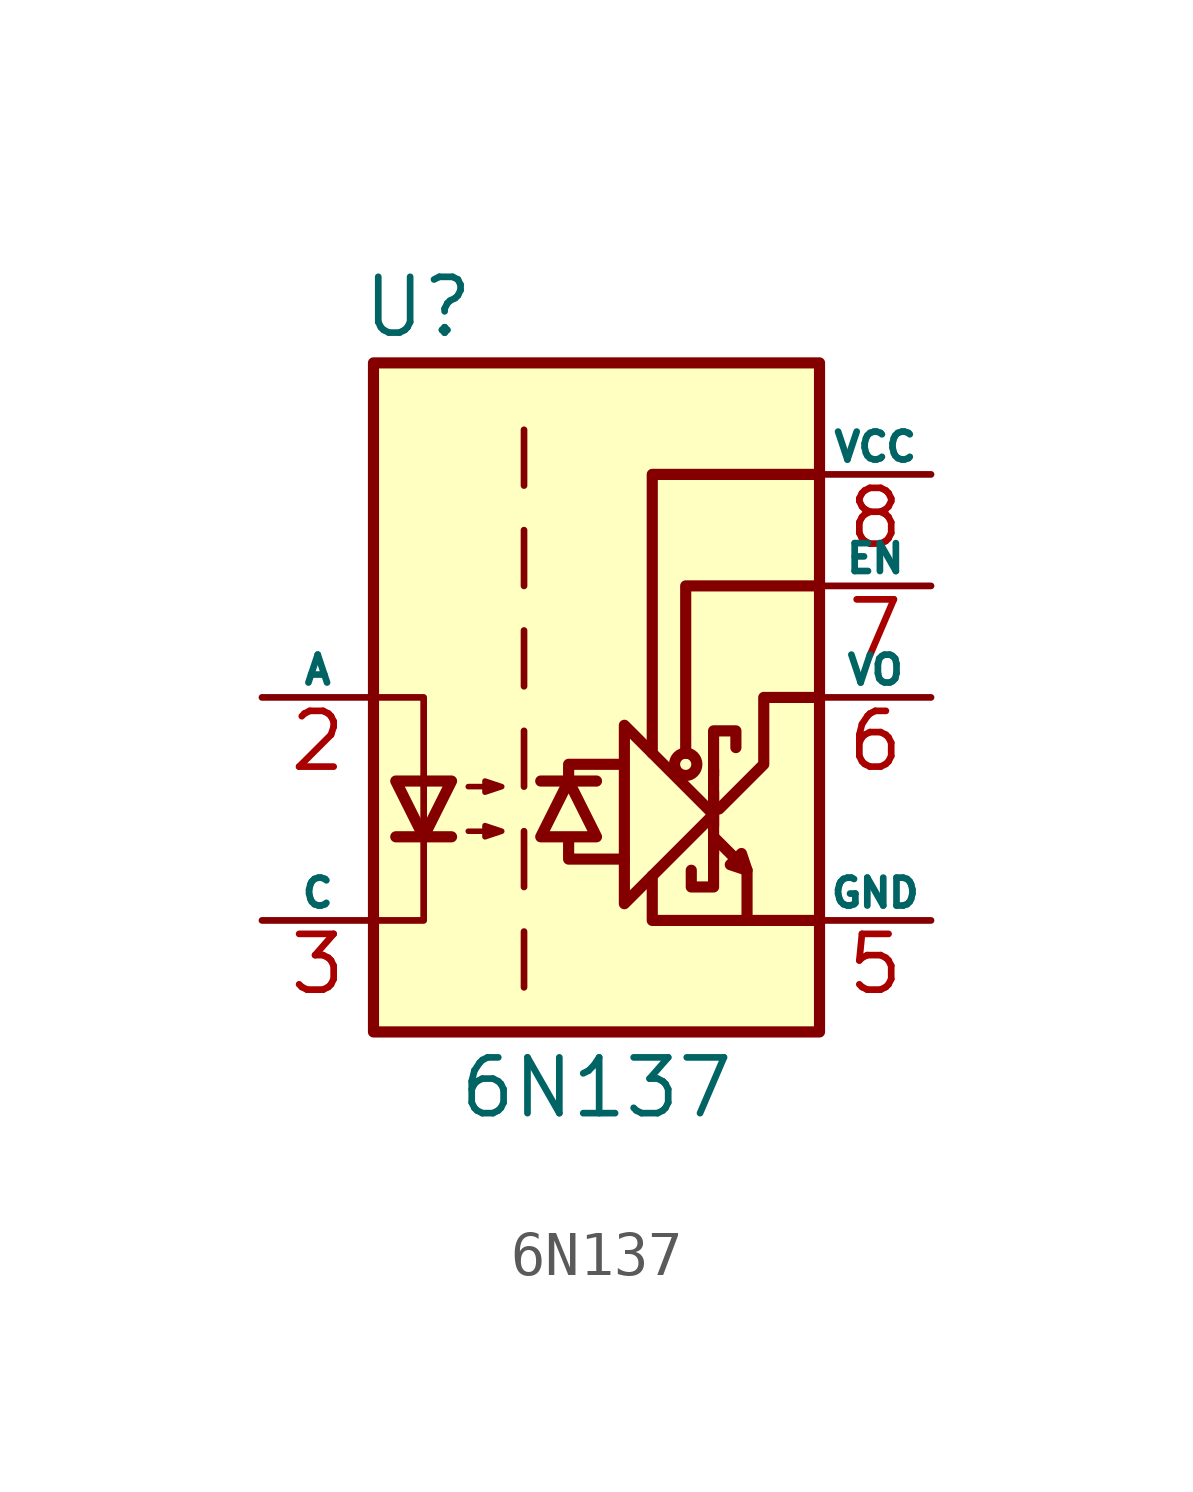
<source format=kicad_sym>
(kicad_symbol_lib
  (version 20211014)
  (generator kicad_symbol_editor)
  (symbol "6N137"
    (pin_names
      (offset 0))
    (property "Reference" "U"
      (at -4.064 8.89 0)
      (effects (font (size 1.27 1.27))))
    (property "Value" "6N137"
      (at 0 -8.89 0)
      (effects (font (size 1.27 1.27))))
    (symbol "6N137_0_1"
      (polyline (pts (xy 2.667 -3.556) (xy 2.667 -1.651)) (stroke (width 0.254) (type default) (color 0 0 0 0)) (fill (type none)))
      (polyline (pts (xy 2.667 -2.159) (xy 2.667 -2.921)) (stroke (width 0.254) (type default) (color 0 0 0 0)) (fill (type none)))
      (polyline (pts (xy 3.429 -3.937) (xy 3.429 -5.08)) (stroke (width 0.254) (type default) (color 0 0 0 0)) (fill (type none)))
      (polyline (pts (xy -0.635 -3.302) (xy -0.635 -3.683) (xy 0.635 -3.683)) (stroke (width 0.254) (type default) (color 0 0 0 0)) (fill (type none)))
      (polyline (pts (xy -0.635 -1.905) (xy -0.635 -1.524) (xy 0.508 -1.524)) (stroke (width 0.254) (type default) (color 0 0 0 0)) (fill (type none)))
      (polyline (pts (xy 1.27 -4.064) (xy 1.27 -5.08) (xy 5.08 -5.08)) (stroke (width 0.254) (type default) (color 0 0 0 0)) (fill (type none)))
      (polyline (pts (xy 1.27 -1.27) (xy 1.27 5.08) (xy 5.08 5.08)) (stroke (width 0.254) (type default) (color 0 0 0 0)) (fill (type none)))
      (polyline (pts (xy 2.032 -1.27) (xy 2.032 2.54) (xy 5.08 2.54)) (stroke (width 0.254) (type default) (color 0 0 0 0)) (fill (type none)))
      (polyline (pts (xy -5.08 -5.08) (xy -3.937 -5.08) (xy -3.937 0) (xy -5.08 0)) (stroke (width 0) (type default) (color 0 0 0 0)) (fill (type none)))
      (polyline (pts (xy 2.667 -3.302) (xy 2.667 -4.318) (xy 2.159 -4.318) (xy 2.159 -3.937)) (stroke (width 0.254) (type default) (color 0 0 0 0)) (fill (type none)))
      (polyline (pts (xy 2.667 -2.667) (xy 0.635 -4.699) (xy 0.635 -0.635) (xy 2.667 -2.667)) (stroke (width 0.254) (type default) (color 0 0 0 0)) (fill (type none)))
      (polyline (pts (xy 2.667 -1.778) (xy 2.667 -0.762) (xy 3.175 -0.762) (xy 3.175 -1.143)) (stroke (width 0.254) (type default) (color 0 0 0 0)) (fill (type none)))
      (polyline (pts (xy 2.794 -2.54) (xy 3.81 -1.524) (xy 3.81 0) (xy 5.08 0)) (stroke (width 0.254) (type default) (color 0 0 0 0)) (fill (type none)))
      (polyline (pts (xy 2.667 -3.175) (xy 3.429 -3.937) (xy 3.302 -3.556) (xy 3.048 -3.81) (xy 3.429 -3.937)) (stroke (width 0.254) (type default) (color 0 0 0 0)) (fill (type none)))
      (circle (center 2.032 -1.524) (radius 0.254) (stroke (width 0.254) (type default) (color 0 0 0 0)) (fill (type none))))
    (symbol "6N137_1_1"
      (rectangle (start -5.08 7.62) (end 5.08 -7.62) (stroke (width 0.254) (type default) (color 0 0 0 0)) (fill (type background)))
      (polyline (pts (xy -4.572 -3.175) (xy -3.302 -3.175)) (stroke (width 0.254) (type default) (color 0 0 0 0)) (fill (type none)))
      (polyline (pts (xy -1.651 -5.334) (xy -1.651 -6.604)) (stroke (width 0) (type default) (color 0 0 0 0)) (fill (type none)))
      (polyline (pts (xy -1.651 -3.048) (xy -1.651 -4.318)) (stroke (width 0) (type default) (color 0 0 0 0)) (fill (type none)))
      (polyline (pts (xy -1.651 -0.762) (xy -1.651 -2.032)) (stroke (width 0) (type default) (color 0 0 0 0)) (fill (type none)))
      (polyline (pts (xy -1.651 1.524) (xy -1.651 0.254)) (stroke (width 0) (type default) (color 0 0 0 0)) (fill (type none)))
      (polyline (pts (xy -1.651 3.81) (xy -1.651 2.54)) (stroke (width 0) (type default) (color 0 0 0 0)) (fill (type none)))
      (polyline (pts (xy -1.651 6.096) (xy -1.651 4.826)) (stroke (width 0) (type default) (color 0 0 0 0)) (fill (type none)))
      (polyline (pts (xy -1.27 -1.905) (xy 0 -1.905)) (stroke (width 0.254) (type default) (color 0 0 0 0)) (fill (type none)))
      (polyline (pts (xy -3.937 -3.175) (xy -4.572 -1.905) (xy -3.302 -1.905) (xy -3.937 -3.175)) (stroke (width 0.254) (type default) (color 0 0 0 0)) (fill (type none)))
      (polyline (pts (xy -0.635 -1.905) (xy -1.27 -3.175) (xy 0 -3.175) (xy -0.635 -1.905)) (stroke (width 0.254) (type default) (color 0 0 0 0)) (fill (type none)))
      (polyline (pts (xy -2.921 -3.048) (xy -2.159 -3.048) (xy -2.54 -3.175) (xy -2.54 -2.921) (xy -2.159 -3.048)) (stroke (width 0.127) (type default) (color 0 0 0 0)) (fill (type none)))
      (polyline (pts (xy -2.921 -2.032) (xy -2.159 -2.032) (xy -2.54 -2.159) (xy -2.54 -1.905) (xy -2.159 -2.032)) (stroke (width 0.127) (type default) (color 0 0 0 0)) (fill (type none)))
      (pin no_connect line (at -5.08 5.08 0) (length 2.54) hide (name "NC" (effects (font (size 0.635 0.635)))) (number "1" (effects (font (size 1.27 1.27)))))
      (pin passive line (at -7.62 0 0) (length 2.54) (name "A" (effects (font (size 0.635 0.635)))) (number "2" (effects (font (size 1.27 1.27)))))
      (pin passive line (at -7.62 -5.08 0) (length 2.54) (name "C" (effects (font (size 0.635 0.635)))) (number "3" (effects (font (size 1.27 1.27)))))
      (pin power_in line (at 7.62 -5.08 180) (length 2.54) (name "GND" (effects (font (size 0.635 0.635)))) (number "5" (effects (font (size 1.27 1.27)))))
      (pin open_collector line (at 7.62 0 180) (length 2.54) (name "VO" (effects (font (size 0.635 0.635)))) (number "6" (effects (font (size 1.27 1.27)))))
      (pin input line (at 7.62 2.54 180) (length 2.54) (name "EN" (effects (font (size 0.635 0.635)))) (number "7" (effects (font (size 1.27 1.27)))))
      (pin power_in line (at 7.62 5.08 180) (length 2.54) (name "VCC" (effects (font (size 0.635 0.635)))) (number "8" (effects (font (size 1.27 1.27))))))))
</source>
